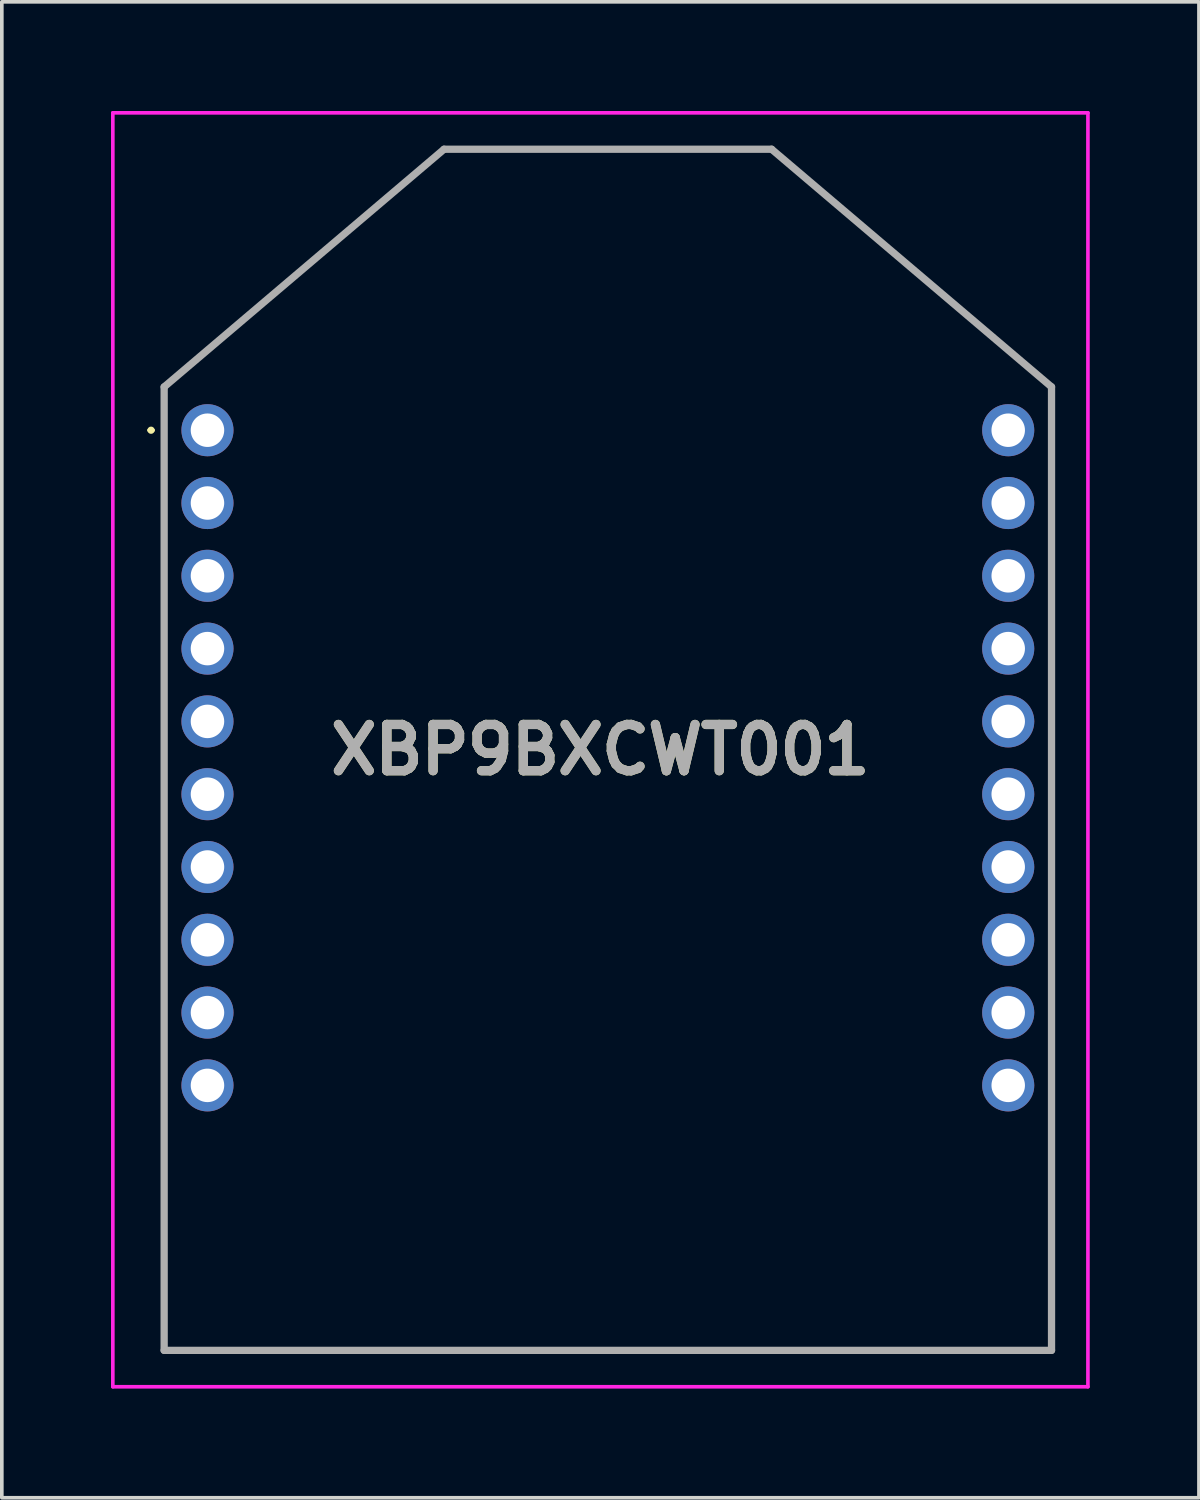
<source format=kicad_pcb>
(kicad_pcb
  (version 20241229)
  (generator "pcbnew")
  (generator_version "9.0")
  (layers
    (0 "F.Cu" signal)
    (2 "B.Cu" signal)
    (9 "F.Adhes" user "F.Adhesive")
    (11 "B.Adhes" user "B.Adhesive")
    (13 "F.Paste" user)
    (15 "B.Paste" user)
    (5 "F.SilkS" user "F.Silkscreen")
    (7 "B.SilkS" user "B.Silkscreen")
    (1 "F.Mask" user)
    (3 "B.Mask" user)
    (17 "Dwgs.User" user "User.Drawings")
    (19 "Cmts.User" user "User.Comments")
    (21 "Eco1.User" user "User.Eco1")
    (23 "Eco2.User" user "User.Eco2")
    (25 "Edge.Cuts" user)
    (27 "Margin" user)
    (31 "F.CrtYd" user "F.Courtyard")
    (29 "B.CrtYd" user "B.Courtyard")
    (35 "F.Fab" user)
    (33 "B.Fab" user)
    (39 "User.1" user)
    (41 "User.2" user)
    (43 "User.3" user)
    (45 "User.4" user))
  (footprint "XBP9BXCWT001"
    (layer "F.Cu")
    (at 2.65 8.77)
    (property "Reference" "XBP9BXCWT001" (at 10.795 8.78 0) (layer "F.SilkS") (effects (font (size 1.27 1.27) (thickness 0.254))))
    (attr through_hole)
    (fp_line (start -1.6 0) (end -1.6 0) (stroke (width 0.1) (type solid)) (layer "F.SilkS"))
    (fp_line (start -1.5 0) (end -1.5 0) (stroke (width 0.1) (type solid)) (layer "F.SilkS"))
    (fp_line (start -1.19 -1.19) (end -1.19 25.28) (stroke (width 0.1) (type solid)) (layer "F.SilkS"))
    (fp_line (start -1.19 25.28) (end 23.19 25.28) (stroke (width 0.1) (type solid)) (layer "F.SilkS"))
    (fp_line (start 6.5 -7.72) (end -1.19 -1.19) (stroke (width 0.1) (type solid)) (layer "F.SilkS"))
    (fp_line (start 15.5 -7.72) (end 6.5 -7.72) (stroke (width 0.1) (type solid)) (layer "F.SilkS"))
    (fp_line (start 23.19 -1.19) (end 15.5 -7.72) (stroke (width 0.1) (type solid)) (layer "F.SilkS"))
    (fp_line (start 23.19 25.28) (end 23.19 -1.19) (stroke (width 0.1) (type solid)) (layer "F.SilkS"))
    (fp_arc (start -1.6 0) (mid -1.55 -0.05) (end -1.5 0) (stroke (width 0.1) (type solid)) (layer "F.SilkS"))
    (fp_arc (start -1.5 0) (mid -1.55 0.05) (end -1.6 0) (stroke (width 0.1) (type solid)) (layer "F.SilkS"))
    (fp_line (start -2.6 -8.72) (end 24.19 -8.72) (stroke (width 0.1) (type solid)) (layer "F.CrtYd"))
    (fp_line (start -2.6 26.28) (end -2.6 -8.72) (stroke (width 0.1) (type solid)) (layer "F.CrtYd"))
    (fp_line (start 24.19 -8.72) (end 24.19 26.28) (stroke (width 0.1) (type solid)) (layer "F.CrtYd"))
    (fp_line (start 24.19 26.28) (end -2.6 26.28) (stroke (width 0.1) (type solid)) (layer "F.CrtYd"))
    (fp_line (start -1.19 -1.19) (end -1.19 25.28) (stroke (width 0.2) (type solid)) (layer "F.Fab"))
    (fp_line (start -1.19 25.28) (end 23.19 25.28) (stroke (width 0.2) (type solid)) (layer "F.Fab"))
    (fp_line (start 6.5 -7.72) (end -1.19 -1.19) (stroke (width 0.2) (type solid)) (layer "F.Fab"))
    (fp_line (start 15.5 -7.72) (end 6.5 -7.72) (stroke (width 0.2) (type solid)) (layer "F.Fab"))
    (fp_line (start 23.19 -1.19) (end 15.5 -7.72) (stroke (width 0.2) (type solid)) (layer "F.Fab"))
    (fp_line (start 23.19 25.28) (end 23.19 -1.19) (stroke (width 0.2) (type solid)) (layer "F.Fab"))
    (fp_text user "${REFERENCE}" (at 10.795 8.78 0) (layer "F.Fab") (effects (font (size 1.27 1.27) (thickness 0.254))))
    (pad "1" thru_hole circle (at 0 0) (size 1.431 1.431) (drill 0.92) (layers "*.Cu" "*.Mask"))
    (pad "2" thru_hole circle (at 0 2) (size 1.431 1.431) (drill 0.92) (layers "*.Cu" "*.Mask"))
    (pad "3" thru_hole circle (at 0 4) (size 1.431 1.431) (drill 0.92) (layers "*.Cu" "*.Mask"))
    (pad "4" thru_hole circle (at 0 6) (size 1.431 1.431) (drill 0.92) (layers "*.Cu" "*.Mask"))
    (pad "5" thru_hole circle (at 0 8) (size 1.431 1.431) (drill 0.92) (layers "*.Cu" "*.Mask"))
    (pad "6" thru_hole circle (at 0 10) (size 1.431 1.431) (drill 0.92) (layers "*.Cu" "*.Mask"))
    (pad "7" thru_hole circle (at 0 12) (size 1.431 1.431) (drill 0.92) (layers "*.Cu" "*.Mask"))
    (pad "8" thru_hole circle (at 0 14) (size 1.431 1.431) (drill 0.92) (layers "*.Cu" "*.Mask"))
    (pad "9" thru_hole circle (at 0 16) (size 1.431 1.431) (drill 0.92) (layers "*.Cu" "*.Mask"))
    (pad "10" thru_hole circle (at 0 18) (size 1.431 1.431) (drill 0.92) (layers "*.Cu" "*.Mask"))
    (pad "11" thru_hole circle (at 22 18) (size 1.431 1.431) (drill 0.92) (layers "*.Cu" "*.Mask"))
    (pad "12" thru_hole circle (at 22 16) (size 1.431 1.431) (drill 0.92) (layers "*.Cu" "*.Mask"))
    (pad "13" thru_hole circle (at 22 14) (size 1.431 1.431) (drill 0.92) (layers "*.Cu" "*.Mask"))
    (pad "14" thru_hole circle (at 22 12) (size 1.431 1.431) (drill 0.92) (layers "*.Cu" "*.Mask"))
    (pad "15" thru_hole circle (at 22 10) (size 1.431 1.431) (drill 0.92) (layers "*.Cu" "*.Mask"))
    (pad "16" thru_hole circle (at 22 8) (size 1.431 1.431) (drill 0.92) (layers "*.Cu" "*.Mask"))
    (pad "17" thru_hole circle (at 22 6) (size 1.431 1.431) (drill 0.92) (layers "*.Cu" "*.Mask"))
    (pad "18" thru_hole circle (at 22 4) (size 1.431 1.431) (drill 0.92) (layers "*.Cu" "*.Mask"))
    (pad "19" thru_hole circle (at 22 2) (size 1.431 1.431) (drill 0.92) (layers "*.Cu" "*.Mask"))
    (pad "20" thru_hole circle (at 22 0) (size 1.431 1.431) (drill 0.92) (layers "*.Cu" "*.Mask")))
  (gr_rect
    (start -3 -3)
    (end 29.89 38.1)
    (stroke (width 0.1) (type default))
    (fill no)
    (layer "Edge.Cuts")))
</source>
